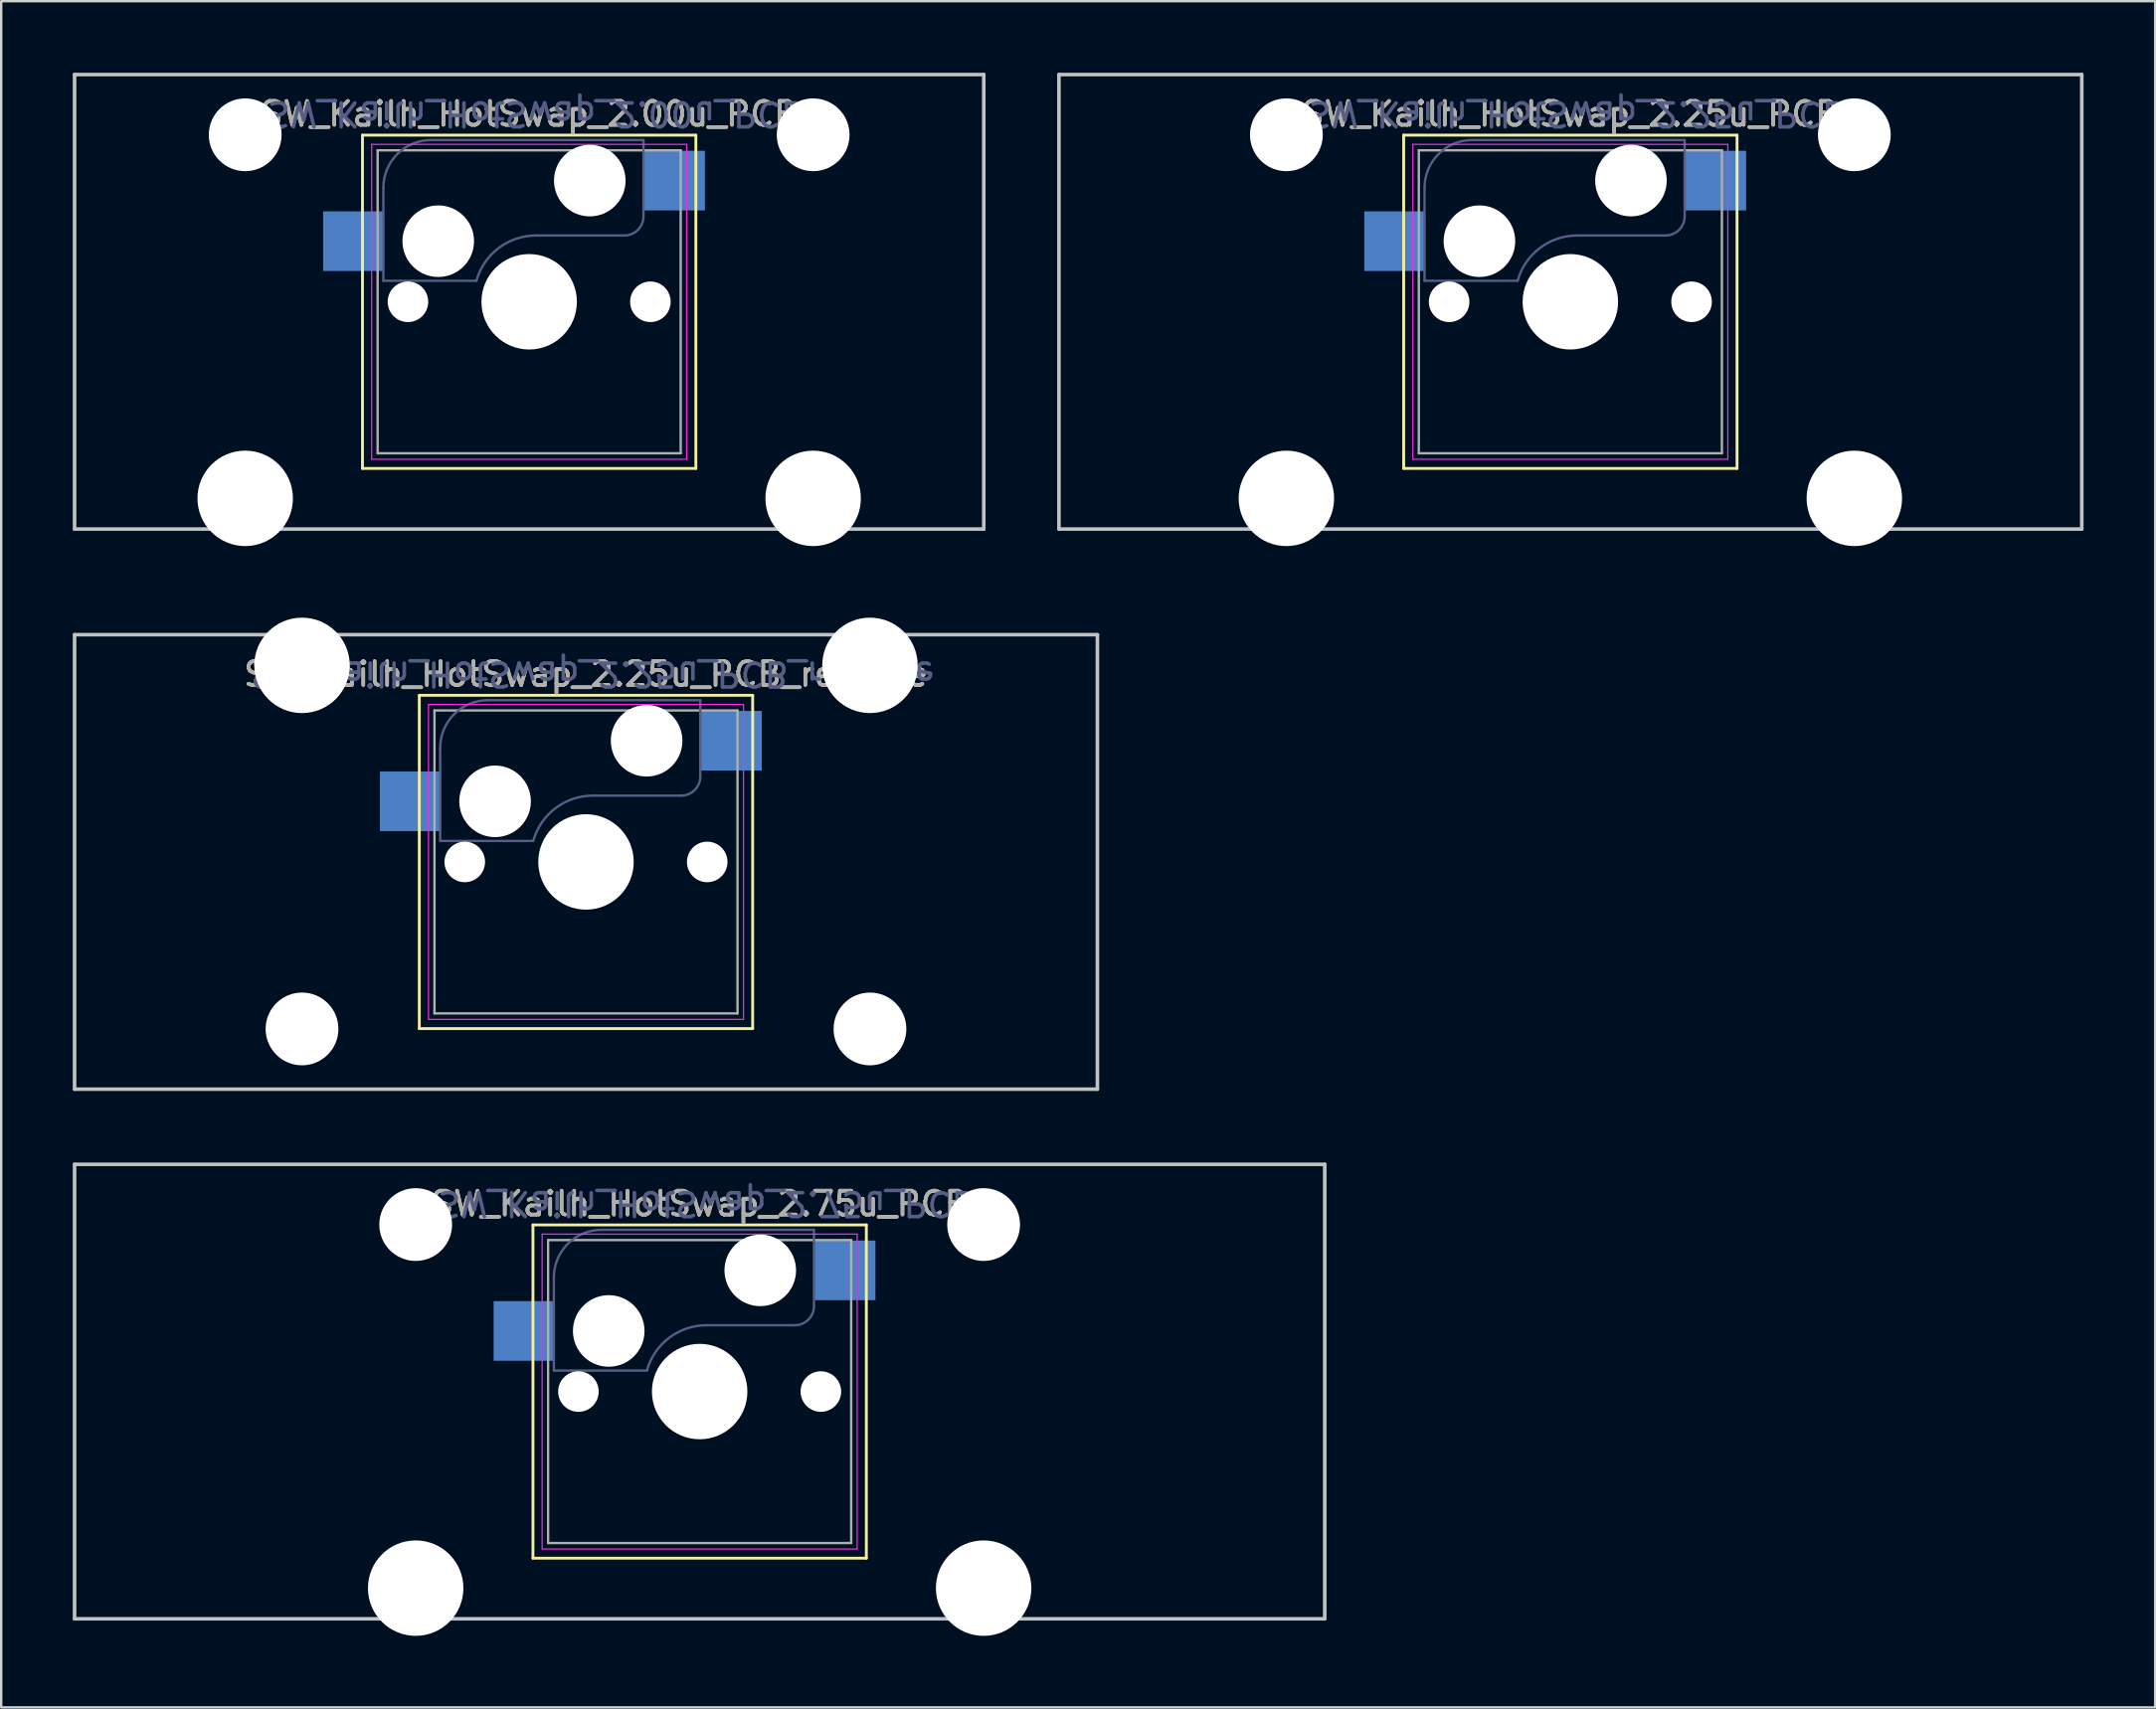
<source format=kicad_pcb>
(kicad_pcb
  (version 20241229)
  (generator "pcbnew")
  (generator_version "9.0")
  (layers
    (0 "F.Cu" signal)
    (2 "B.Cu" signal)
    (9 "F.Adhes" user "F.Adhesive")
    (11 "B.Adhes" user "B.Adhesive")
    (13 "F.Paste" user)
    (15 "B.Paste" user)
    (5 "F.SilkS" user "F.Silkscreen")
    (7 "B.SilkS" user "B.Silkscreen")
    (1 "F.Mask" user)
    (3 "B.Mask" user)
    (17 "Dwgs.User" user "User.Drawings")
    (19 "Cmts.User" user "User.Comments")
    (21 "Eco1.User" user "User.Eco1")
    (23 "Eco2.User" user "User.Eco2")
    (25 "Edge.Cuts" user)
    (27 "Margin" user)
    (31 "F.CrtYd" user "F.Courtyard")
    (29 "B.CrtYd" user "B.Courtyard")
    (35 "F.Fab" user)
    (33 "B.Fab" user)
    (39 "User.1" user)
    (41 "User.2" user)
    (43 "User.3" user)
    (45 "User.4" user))
  (footprint "SW_Kailh_HotSwap_2.75u_PCB"
    (layer "F.Cu")
    (at 28.809 50.2)
    (property "Reference" "SW_Kailh_HotSwap_2.75u_PCB" (at -2.54 -2.794 0) (layer "F.SilkS") (effects (font (size 1 1) (thickness 0.15))))
    (attr smd)
    (fp_line (start -9.525 -1.905) (end 4.445 -1.905) (stroke (width 0.12) (type solid)) (layer "F.SilkS"))
    (fp_line (start -9.525 12.065) (end -9.525 -1.905) (stroke (width 0.12) (type solid)) (layer "F.SilkS"))
    (fp_line (start 4.445 -1.905) (end 4.445 12.065) (stroke (width 0.12) (type solid)) (layer "F.SilkS"))
    (fp_line (start 4.445 12.065) (end -9.525 12.065) (stroke (width 0.12) (type solid)) (layer "F.SilkS"))
    (fp_line (start -28.734 -4.445) (end 23.654 -4.445) (stroke (width 0.15) (type solid)) (layer "Dwgs.User"))
    (fp_line (start -28.734 14.605) (end -28.734 -4.445) (stroke (width 0.15) (type solid)) (layer "Dwgs.User"))
    (fp_line (start 23.654 -4.445) (end 23.654 14.605) (stroke (width 0.15) (type solid)) (layer "Dwgs.User"))
    (fp_line (start 23.654 14.605) (end -28.734 14.605) (stroke (width 0.15) (type solid)) (layer "Dwgs.User"))
    (fp_line (start -9.14 -1.52) (end 4.06 -1.52) (stroke (width 0.05) (type solid)) (layer "F.CrtYd"))
    (fp_line (start -9.14 11.68) (end -9.14 -1.52) (stroke (width 0.05) (type solid)) (layer "F.CrtYd"))
    (fp_line (start 4.06 -1.52) (end 4.06 11.68) (stroke (width 0.05) (type solid)) (layer "F.CrtYd"))
    (fp_line (start 4.06 11.68) (end -9.14 11.68) (stroke (width 0.05) (type solid)) (layer "F.CrtYd"))
    (fp_line (start -8.65 0.3) (end -8.65 4.2) (stroke (width 0.1) (type default)) (layer "B.Fab"))
    (fp_line (start -6.65 -1.7) (end 2.25 -1.7) (stroke (width 0.1) (type default)) (layer "B.Fab"))
    (fp_line (start -4.75 4.2) (end -8.65 4.2) (stroke (width 0.1) (type default)) (layer "B.Fab"))
    (fp_line (start -2.25 2.3) (end 1.45 2.3) (stroke (width 0.1) (type default)) (layer "B.Fab"))
    (fp_line (start 2.25 1.5) (end 2.25 -1.7) (stroke (width 0.1) (type default)) (layer "B.Fab"))
    (fp_arc (start -8.65 0.3) (mid -8.064214 -1.114214) (end -6.65 -1.7) (stroke (width 0.1) (type default)) (layer "B.Fab"))
    (fp_arc (start -4.749999 4.19615) (mid -3.818867 2.82766) (end -2.25 2.3) (stroke (width 0.1) (type default)) (layer "B.Fab"))
    (fp_arc (start 2.25 1.5) (mid 2.015685 2.065685) (end 1.45 2.3) (stroke (width 0.1) (type default)) (layer "B.Fab"))
    (fp_line (start -8.89 -1.27) (end 3.81 -1.27) (stroke (width 0.1) (type solid)) (layer "F.Fab"))
    (fp_line (start -8.89 11.43) (end -8.89 -1.27) (stroke (width 0.1) (type solid)) (layer "F.Fab"))
    (fp_line (start 3.81 -1.27) (end 3.81 11.43) (stroke (width 0.1) (type solid)) (layer "F.Fab"))
    (fp_line (start 3.81 11.43) (end -8.89 11.43) (stroke (width 0.1) (type solid)) (layer "F.Fab"))
    (fp_text user "${REFERENCE}" (at -2.25 -2.8 180) (unlocked yes) (layer "B.Fab") (effects (font (size 1 1) (thickness 0.15)) (justify mirror)))
    (fp_text user "${REFERENCE}" (at -2.54 -2.794 0) (layer "F.Fab") (effects (font (size 1 1) (thickness 0.15))))
    (pad "" np_thru_hole circle (at -14.44 -1.92) (size 3.05 3.05) (drill 3.05) (layers "*.Cu" "*.Mask"))
    (pad "" np_thru_hole circle (at -14.44 13.32) (size 4 4) (drill 4) (layers "*.Cu" "*.Mask"))
    (pad "" np_thru_hole circle (at -7.62 5.08) (size 1.7 1.7) (drill 1.7) (layers "*.Cu" "*.Mask"))
    (pad "" np_thru_hole circle (at -6.35 2.54 180) (size 3 3) (drill 3) (layers "*.Cu"))
    (pad "" np_thru_hole circle (at -2.54 5.08) (size 4 4) (drill 4) (layers "*.Cu" "*.Mask"))
    (pad "" np_thru_hole circle (at 0 0 180) (size 3 3) (drill 3) (layers "*.Cu"))
    (pad "" np_thru_hole circle (at 2.54 5.08) (size 1.7 1.7) (drill 1.7) (layers "*.Cu" "*.Mask"))
    (pad "" np_thru_hole circle (at 9.36 -1.92) (size 3.05 3.05) (drill 3.05) (layers "*.Cu" "*.Mask"))
    (pad "" np_thru_hole circle (at 9.36 13.32) (size 4 4) (drill 4) (layers "*.Cu" "*.Mask"))
    (pad "1" smd rect (at 3.55 0 180) (size 2.55 2.5) (layers "B.Cu" "B.Mask" "B.Paste"))
    (pad "2" smd rect (at -9.9 2.54 180) (size 2.55 2.5) (layers "B.Cu" "B.Mask" "B.Paste")))
  (footprint "SW_Kailh_HotSwap_2.00u_PCB"
    (layer "F.Cu")
    (at 21.665 4.52)
    (property "Reference" "SW_Kailh_HotSwap_2.00u_PCB" (at -2.54 -2.794 0) (layer "F.SilkS") (effects (font (size 1 1) (thickness 0.15))))
    (attr smd)
    (fp_line (start -9.525 -1.905) (end 4.445 -1.905) (stroke (width 0.12) (type solid)) (layer "F.SilkS"))
    (fp_line (start -9.525 12.065) (end -9.525 -1.905) (stroke (width 0.12) (type solid)) (layer "F.SilkS"))
    (fp_line (start 4.445 -1.905) (end 4.445 12.065) (stroke (width 0.12) (type solid)) (layer "F.SilkS"))
    (fp_line (start 4.445 12.065) (end -9.525 12.065) (stroke (width 0.12) (type solid)) (layer "F.SilkS"))
    (fp_line (start -21.59 -4.445) (end 16.51 -4.445) (stroke (width 0.15) (type solid)) (layer "Dwgs.User"))
    (fp_line (start -21.59 14.605) (end -21.59 -4.445) (stroke (width 0.15) (type solid)) (layer "Dwgs.User"))
    (fp_line (start 16.51 -4.445) (end 16.51 14.605) (stroke (width 0.15) (type solid)) (layer "Dwgs.User"))
    (fp_line (start 16.51 14.605) (end -21.59 14.605) (stroke (width 0.15) (type solid)) (layer "Dwgs.User"))
    (fp_line (start -9.14 -1.52) (end 4.06 -1.52) (stroke (width 0.05) (type solid)) (layer "F.CrtYd"))
    (fp_line (start -9.14 11.68) (end -9.14 -1.52) (stroke (width 0.05) (type solid)) (layer "F.CrtYd"))
    (fp_line (start 4.06 -1.52) (end 4.06 11.68) (stroke (width 0.05) (type solid)) (layer "F.CrtYd"))
    (fp_line (start 4.06 11.68) (end -9.14 11.68) (stroke (width 0.05) (type solid)) (layer "F.CrtYd"))
    (fp_line (start -8.65 0.3) (end -8.65 4.2) (stroke (width 0.1) (type default)) (layer "B.Fab"))
    (fp_line (start -6.65 -1.7) (end 2.25 -1.7) (stroke (width 0.1) (type default)) (layer "B.Fab"))
    (fp_line (start -4.75 4.2) (end -8.65 4.2) (stroke (width 0.1) (type default)) (layer "B.Fab"))
    (fp_line (start -2.25 2.3) (end 1.45 2.3) (stroke (width 0.1) (type default)) (layer "B.Fab"))
    (fp_line (start 2.25 1.5) (end 2.25 -1.7) (stroke (width 0.1) (type default)) (layer "B.Fab"))
    (fp_arc (start -8.65 0.3) (mid -8.064214 -1.114214) (end -6.65 -1.7) (stroke (width 0.1) (type default)) (layer "B.Fab"))
    (fp_arc (start -4.749999 4.19615) (mid -3.818867 2.82766) (end -2.25 2.3) (stroke (width 0.1) (type default)) (layer "B.Fab"))
    (fp_arc (start 2.25 1.5) (mid 2.015685 2.065685) (end 1.45 2.3) (stroke (width 0.1) (type default)) (layer "B.Fab"))
    (fp_line (start -8.89 -1.27) (end 3.81 -1.27) (stroke (width 0.1) (type solid)) (layer "F.Fab"))
    (fp_line (start -8.89 11.43) (end -8.89 -1.27) (stroke (width 0.1) (type solid)) (layer "F.Fab"))
    (fp_line (start 3.81 -1.27) (end 3.81 11.43) (stroke (width 0.1) (type solid)) (layer "F.Fab"))
    (fp_line (start 3.81 11.43) (end -8.89 11.43) (stroke (width 0.1) (type solid)) (layer "F.Fab"))
    (fp_text user "${REFERENCE}" (at -2.25 -2.8 180) (unlocked yes) (layer "B.Fab") (effects (font (size 1 1) (thickness 0.15)) (justify mirror)))
    (fp_text user "${REFERENCE}" (at -2.54 -2.794 0) (layer "F.Fab") (effects (font (size 1 1) (thickness 0.15))))
    (pad "" np_thru_hole circle (at -14.44 -1.92) (size 3.05 3.05) (drill 3.05) (layers "*.Cu" "*.Mask"))
    (pad "" np_thru_hole circle (at -14.44 13.32) (size 4 4) (drill 4) (layers "*.Cu" "*.Mask"))
    (pad "" np_thru_hole circle (at -7.62 5.08) (size 1.7 1.7) (drill 1.7) (layers "*.Cu" "*.Mask"))
    (pad "" np_thru_hole circle (at -6.35 2.54 180) (size 3 3) (drill 3) (layers "*.Cu"))
    (pad "" np_thru_hole circle (at -2.54 5.08) (size 4 4) (drill 4) (layers "*.Cu" "*.Mask"))
    (pad "" np_thru_hole circle (at 0 0 180) (size 3 3) (drill 3) (layers "*.Cu"))
    (pad "" np_thru_hole circle (at 2.54 5.08) (size 1.7 1.7) (drill 1.7) (layers "*.Cu" "*.Mask"))
    (pad "" np_thru_hole circle (at 9.36 -1.92) (size 3.05 3.05) (drill 3.05) (layers "*.Cu" "*.Mask"))
    (pad "" np_thru_hole circle (at 9.36 13.32) (size 4 4) (drill 4) (layers "*.Cu" "*.Mask"))
    (pad "1" smd rect (at 3.55 0 180) (size 2.55 2.5) (layers "B.Cu" "B.Mask" "B.Paste"))
    (pad "2" smd rect (at -9.9 2.54 180) (size 2.55 2.5) (layers "B.Cu" "B.Mask" "B.Paste")))
  (footprint "SW_Kailh_HotSwap_2.25u_PCB"
    (layer "F.Cu")
    (at 65.296 4.52)
    (property "Reference" "SW_Kailh_HotSwap_2.25u_PCB" (at -2.54 -2.794 0) (layer "F.SilkS") (effects (font (size 1 1) (thickness 0.15))))
    (attr smd)
    (fp_line (start -9.525 -1.905) (end 4.445 -1.905) (stroke (width 0.12) (type solid)) (layer "F.SilkS"))
    (fp_line (start -9.525 12.065) (end -9.525 -1.905) (stroke (width 0.12) (type solid)) (layer "F.SilkS"))
    (fp_line (start 4.445 -1.905) (end 4.445 12.065) (stroke (width 0.12) (type solid)) (layer "F.SilkS"))
    (fp_line (start 4.445 12.065) (end -9.525 12.065) (stroke (width 0.12) (type solid)) (layer "F.SilkS"))
    (fp_line (start -23.971 -4.445) (end 18.891 -4.445) (stroke (width 0.15) (type solid)) (layer "Dwgs.User"))
    (fp_line (start -23.971 14.605) (end -23.971 -4.445) (stroke (width 0.15) (type solid)) (layer "Dwgs.User"))
    (fp_line (start 18.891 -4.445) (end 18.891 14.605) (stroke (width 0.15) (type solid)) (layer "Dwgs.User"))
    (fp_line (start 18.891 14.605) (end -23.971 14.605) (stroke (width 0.15) (type solid)) (layer "Dwgs.User"))
    (fp_line (start -9.14 -1.52) (end 4.06 -1.52) (stroke (width 0.05) (type solid)) (layer "F.CrtYd"))
    (fp_line (start -9.14 11.68) (end -9.14 -1.52) (stroke (width 0.05) (type solid)) (layer "F.CrtYd"))
    (fp_line (start 4.06 -1.52) (end 4.06 11.68) (stroke (width 0.05) (type solid)) (layer "F.CrtYd"))
    (fp_line (start 4.06 11.68) (end -9.14 11.68) (stroke (width 0.05) (type solid)) (layer "F.CrtYd"))
    (fp_line (start -8.65 0.3) (end -8.65 4.2) (stroke (width 0.1) (type default)) (layer "B.Fab"))
    (fp_line (start -6.65 -1.7) (end 2.25 -1.7) (stroke (width 0.1) (type default)) (layer "B.Fab"))
    (fp_line (start -4.75 4.2) (end -8.65 4.2) (stroke (width 0.1) (type default)) (layer "B.Fab"))
    (fp_line (start -2.25 2.3) (end 1.45 2.3) (stroke (width 0.1) (type default)) (layer "B.Fab"))
    (fp_line (start 2.25 1.5) (end 2.25 -1.7) (stroke (width 0.1) (type default)) (layer "B.Fab"))
    (fp_arc (start -8.65 0.3) (mid -8.064214 -1.114214) (end -6.65 -1.7) (stroke (width 0.1) (type default)) (layer "B.Fab"))
    (fp_arc (start -4.749999 4.19615) (mid -3.818867 2.82766) (end -2.25 2.3) (stroke (width 0.1) (type default)) (layer "B.Fab"))
    (fp_arc (start 2.25 1.5) (mid 2.015685 2.065685) (end 1.45 2.3) (stroke (width 0.1) (type default)) (layer "B.Fab"))
    (fp_line (start -8.89 -1.27) (end 3.81 -1.27) (stroke (width 0.1) (type solid)) (layer "F.Fab"))
    (fp_line (start -8.89 11.43) (end -8.89 -1.27) (stroke (width 0.1) (type solid)) (layer "F.Fab"))
    (fp_line (start 3.81 -1.27) (end 3.81 11.43) (stroke (width 0.1) (type solid)) (layer "F.Fab"))
    (fp_line (start 3.81 11.43) (end -8.89 11.43) (stroke (width 0.1) (type solid)) (layer "F.Fab"))
    (fp_text user "${REFERENCE}" (at -2.25 -2.8 180) (unlocked yes) (layer "B.Fab") (effects (font (size 1 1) (thickness 0.15)) (justify mirror)))
    (fp_text user "${REFERENCE}" (at -2.54 -2.794 0) (layer "F.Fab") (effects (font (size 1 1) (thickness 0.15))))
    (pad "" np_thru_hole circle (at -14.44 -1.92) (size 3.05 3.05) (drill 3.05) (layers "*.Cu" "*.Mask"))
    (pad "" np_thru_hole circle (at -14.44 13.32) (size 4 4) (drill 4) (layers "*.Cu" "*.Mask"))
    (pad "" np_thru_hole circle (at -7.62 5.08) (size 1.7 1.7) (drill 1.7) (layers "*.Cu" "*.Mask"))
    (pad "" np_thru_hole circle (at -6.35 2.54 180) (size 3 3) (drill 3) (layers "*.Cu"))
    (pad "" np_thru_hole circle (at -2.54 5.08) (size 4 4) (drill 4) (layers "*.Cu" "*.Mask"))
    (pad "" np_thru_hole circle (at 0 0 180) (size 3 3) (drill 3) (layers "*.Cu"))
    (pad "" np_thru_hole circle (at 2.54 5.08) (size 1.7 1.7) (drill 1.7) (layers "*.Cu" "*.Mask"))
    (pad "" np_thru_hole circle (at 9.36 -1.92) (size 3.05 3.05) (drill 3.05) (layers "*.Cu" "*.Mask"))
    (pad "" np_thru_hole circle (at 9.36 13.32) (size 4 4) (drill 4) (layers "*.Cu" "*.Mask"))
    (pad "1" smd rect (at 3.55 0 180) (size 2.55 2.5) (layers "B.Cu" "B.Mask" "B.Paste"))
    (pad "2" smd rect (at -9.9 2.54 180) (size 2.55 2.5) (layers "B.Cu" "B.Mask" "B.Paste")))
  (footprint "SW_Kailh_HotSwap_2.25u_PCB_reverse"
    (layer "F.Cu")
    (at 24.046 28)
    (property "Reference" "SW_Kailh_HotSwap_2.25u_PCB_reverse" (at -2.54 -2.794 0) (layer "F.SilkS") (effects (font (size 1 1) (thickness 0.15))))
    (attr smd)
    (fp_line (start -9.525 -1.905) (end 4.445 -1.905) (stroke (width 0.12) (type solid)) (layer "F.SilkS"))
    (fp_line (start -9.525 12.065) (end -9.525 -1.905) (stroke (width 0.12) (type solid)) (layer "F.SilkS"))
    (fp_line (start 4.445 -1.905) (end 4.445 12.065) (stroke (width 0.12) (type solid)) (layer "F.SilkS"))
    (fp_line (start 4.445 12.065) (end -9.525 12.065) (stroke (width 0.12) (type solid)) (layer "F.SilkS"))
    (fp_line (start -23.971 -4.445) (end 18.891 -4.445) (stroke (width 0.15) (type solid)) (layer "Dwgs.User"))
    (fp_line (start -23.971 14.605) (end -23.971 -4.445) (stroke (width 0.15) (type solid)) (layer "Dwgs.User"))
    (fp_line (start 18.891 -4.445) (end 18.891 14.605) (stroke (width 0.15) (type solid)) (layer "Dwgs.User"))
    (fp_line (start 18.891 14.605) (end -23.971 14.605) (stroke (width 0.15) (type solid)) (layer "Dwgs.User"))
    (fp_line (start -9.14 -1.52) (end 4.06 -1.52) (stroke (width 0.05) (type solid)) (layer "F.CrtYd"))
    (fp_line (start -9.14 11.68) (end -9.14 -1.52) (stroke (width 0.05) (type solid)) (layer "F.CrtYd"))
    (fp_line (start 4.06 -1.52) (end 4.06 11.68) (stroke (width 0.05) (type solid)) (layer "F.CrtYd"))
    (fp_line (start 4.06 11.68) (end -9.14 11.68) (stroke (width 0.05) (type solid)) (layer "F.CrtYd"))
    (fp_line (start -8.65 0.3) (end -8.65 4.2) (stroke (width 0.1) (type default)) (layer "B.Fab"))
    (fp_line (start -6.65 -1.7) (end 2.25 -1.7) (stroke (width 0.1) (type default)) (layer "B.Fab"))
    (fp_line (start -4.75 4.2) (end -8.65 4.2) (stroke (width 0.1) (type default)) (layer "B.Fab"))
    (fp_line (start -2.25 2.3) (end 1.45 2.3) (stroke (width 0.1) (type default)) (layer "B.Fab"))
    (fp_line (start 2.25 1.5) (end 2.25 -1.7) (stroke (width 0.1) (type default)) (layer "B.Fab"))
    (fp_arc (start -8.65 0.3) (mid -8.064214 -1.114214) (end -6.65 -1.7) (stroke (width 0.1) (type default)) (layer "B.Fab"))
    (fp_arc (start -4.749999 4.19615) (mid -3.818867 2.82766) (end -2.25 2.3) (stroke (width 0.1) (type default)) (layer "B.Fab"))
    (fp_arc (start 2.25 1.5) (mid 2.015685 2.065685) (end 1.45 2.3) (stroke (width 0.1) (type default)) (layer "B.Fab"))
    (fp_line (start -8.89 -1.27) (end 3.81 -1.27) (stroke (width 0.1) (type solid)) (layer "F.Fab"))
    (fp_line (start -8.89 11.43) (end -8.89 -1.27) (stroke (width 0.1) (type solid)) (layer "F.Fab"))
    (fp_line (start 3.81 -1.27) (end 3.81 11.43) (stroke (width 0.1) (type solid)) (layer "F.Fab"))
    (fp_line (start 3.81 11.43) (end -8.89 11.43) (stroke (width 0.1) (type solid)) (layer "F.Fab"))
    (fp_text user "${REFERENCE}" (at -2.25 -2.8 180) (unlocked yes) (layer "B.Fab") (effects (font (size 1 1) (thickness 0.15)) (justify mirror)))
    (fp_text user "${REFERENCE}" (at -2.54 -2.794 0) (layer "F.Fab") (effects (font (size 1 1) (thickness 0.15))))
    (pad "" np_thru_hole circle (at -14.44 -3.16) (size 4 4) (drill 4) (layers "*.Cu" "*.Mask"))
    (pad "" np_thru_hole circle (at -14.44 12.08) (size 3.05 3.05) (drill 3.05) (layers "*.Cu" "*.Mask"))
    (pad "" np_thru_hole circle (at -7.62 5.08) (size 1.7 1.7) (drill 1.7) (layers "*.Cu" "*.Mask"))
    (pad "" np_thru_hole circle (at -6.35 2.54 180) (size 3 3) (drill 3) (layers "*.Cu"))
    (pad "" np_thru_hole circle (at -2.54 5.08) (size 4 4) (drill 4) (layers "*.Cu" "*.Mask"))
    (pad "" np_thru_hole circle (at 0 0 180) (size 3 3) (drill 3) (layers "*.Cu"))
    (pad "" np_thru_hole circle (at 2.54 5.08) (size 1.7 1.7) (drill 1.7) (layers "*.Cu" "*.Mask"))
    (pad "" np_thru_hole circle (at 9.36 -3.16) (size 4 4) (drill 4) (layers "*.Cu" "*.Mask"))
    (pad "" np_thru_hole circle (at 9.36 12.08) (size 3.05 3.05) (drill 3.05) (layers "*.Cu" "*.Mask"))
    (pad "1" smd rect (at 3.55 0 180) (size 2.55 2.5) (layers "B.Cu" "B.Mask" "B.Paste"))
    (pad "2" smd rect (at -9.9 2.54 180) (size 2.55 2.5) (layers "B.Cu" "B.Mask" "B.Paste")))
  (gr_rect
    (start -3 -3)
    (end 87.263 68.52)
    (stroke (width 0.1) (type default))
    (fill no)
    (layer "Edge.Cuts")))
</source>
